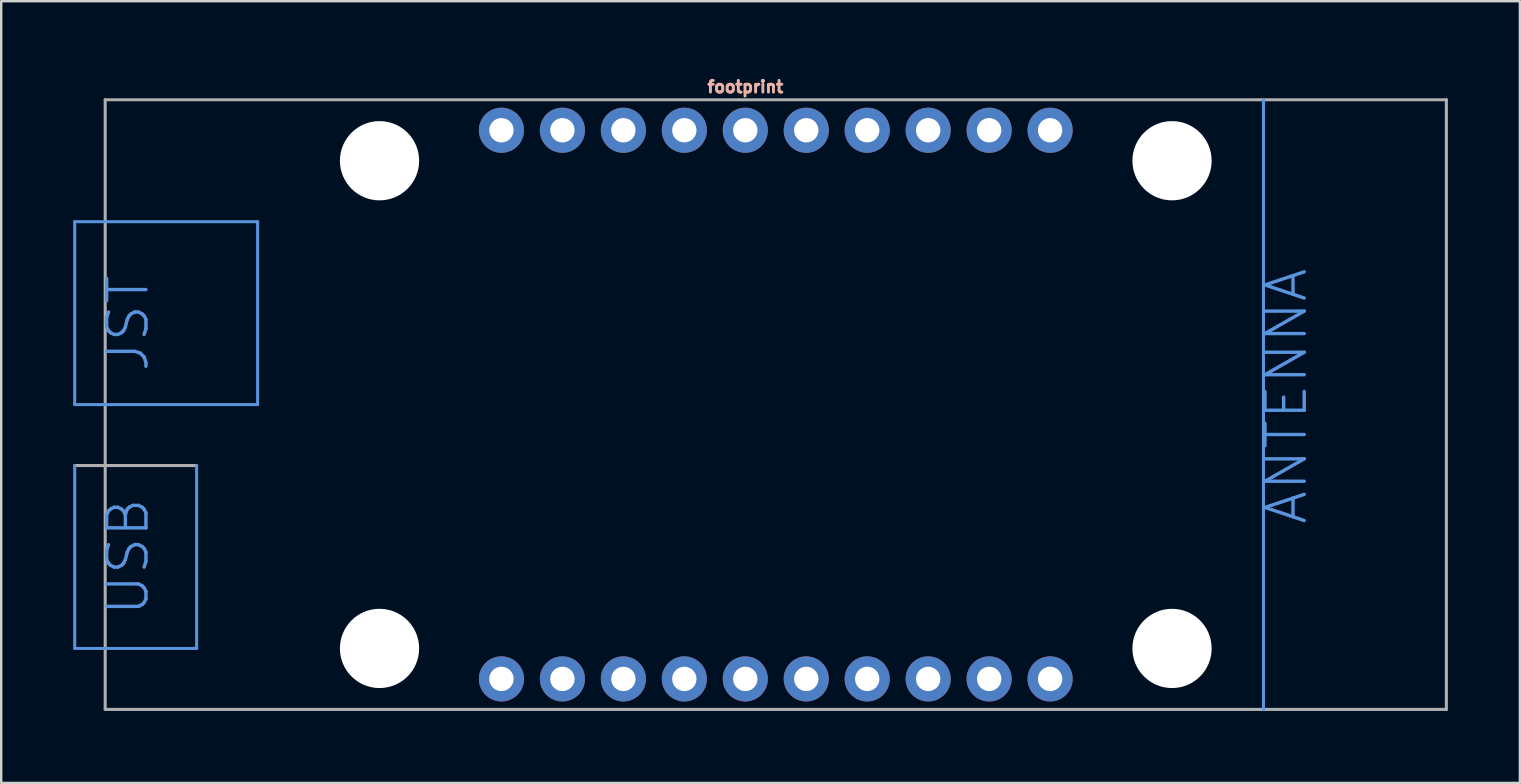
<source format=kicad_pcb>
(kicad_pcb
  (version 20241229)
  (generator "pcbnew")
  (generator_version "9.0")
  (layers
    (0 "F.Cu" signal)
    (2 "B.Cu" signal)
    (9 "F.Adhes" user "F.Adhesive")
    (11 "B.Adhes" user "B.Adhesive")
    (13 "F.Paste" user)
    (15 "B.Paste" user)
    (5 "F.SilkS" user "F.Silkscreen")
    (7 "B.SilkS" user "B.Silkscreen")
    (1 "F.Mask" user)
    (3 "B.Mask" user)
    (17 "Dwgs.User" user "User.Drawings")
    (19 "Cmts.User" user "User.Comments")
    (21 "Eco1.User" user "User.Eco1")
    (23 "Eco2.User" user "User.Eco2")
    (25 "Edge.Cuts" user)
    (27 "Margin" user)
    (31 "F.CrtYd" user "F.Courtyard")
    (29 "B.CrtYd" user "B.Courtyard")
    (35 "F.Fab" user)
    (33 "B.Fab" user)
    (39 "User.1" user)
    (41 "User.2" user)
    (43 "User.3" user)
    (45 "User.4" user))
  (footprint "footprint"
    (layer "F.Cu")
    (at 28.003 13.807)
    (property "Reference" "footprint" (at 0 -12.954 0) (layer "B.SilkS") (effects (font (size 0.488 0.488) (thickness 0.122)) (justify bottom)))
    (fp_line (start -27.94 -7.62) (end -27.94 0) (stroke (width 0.127) (type solid)) (layer "Cmts.User"))
    (fp_line (start -27.94 0) (end -26.67 0) (stroke (width 0.127) (type solid)) (layer "Cmts.User"))
    (fp_line (start -27.94 2.54) (end -27.94 10.16) (stroke (width 0.127) (type solid)) (layer "Cmts.User"))
    (fp_line (start -27.94 10.16) (end -22.86 10.16) (stroke (width 0.127) (type solid)) (layer "Cmts.User"))
    (fp_line (start -26.67 0) (end -20.32 0) (stroke (width 0.127) (type solid)) (layer "Cmts.User"))
    (fp_line (start -22.86 10.16) (end -22.86 2.54) (stroke (width 0.127) (type solid)) (layer "Cmts.User"))
    (fp_line (start -20.32 -7.62) (end -27.94 -7.62) (stroke (width 0.127) (type solid)) (layer "Cmts.User"))
    (fp_line (start -20.32 0) (end -20.32 -7.62) (stroke (width 0.127) (type solid)) (layer "Cmts.User"))
    (fp_line (start 21.59 -12.7) (end 21.59 12.7) (stroke (width 0.127) (type solid)) (layer "Cmts.User"))
    (fp_line (start -26.67 -12.7) (end 29.21 -12.7) (stroke (width 0.127) (type solid)) (layer "F.Fab"))
    (fp_line (start -26.67 0) (end -26.67 -12.7) (stroke (width 0.127) (type solid)) (layer "F.Fab"))
    (fp_line (start -26.67 12.7) (end -26.67 0) (stroke (width 0.127) (type solid)) (layer "F.Fab"))
    (fp_line (start -22.86 2.54) (end -27.94 2.54) (stroke (width 0.127) (type solid)) (layer "F.Fab"))
    (fp_line (start 29.21 -12.7) (end 29.21 12.7) (stroke (width 0.127) (type solid)) (layer "F.Fab"))
    (fp_line (start 29.21 12.7) (end -26.67 12.7) (stroke (width 0.127) (type solid)) (layer "F.Fab"))
    (fp_text user "ANTENNA" (at 23.495 5.08 90) (layer "Cmts.User") (effects (font (size 1.636 1.636) (thickness 0.142)) (justify left bottom)))
    (fp_text user "USB" (at -24.765 8.89 90) (layer "Cmts.User") (effects (font (size 1.636 1.636) (thickness 0.142)) (justify left bottom)))
    (fp_text user "JST" (at -24.765 -1.27 90) (layer "Cmts.User") (effects (font (size 1.636 1.636) (thickness 0.142)) (justify left bottom)))
    (pad "" np_thru_hole circle (at -15.24 -10.16) (size 3.302 3.302) (drill 3.302) (layers "*.Cu" "*.Mask"))
    (pad "" np_thru_hole circle (at -15.24 10.16) (size 3.302 3.302) (drill 3.302) (layers "*.Cu" "*.Mask"))
    (pad "" np_thru_hole circle (at 17.78 -10.16) (size 3.302 3.302) (drill 3.302) (layers "*.Cu" "*.Mask"))
    (pad "" np_thru_hole circle (at 17.78 10.16) (size 3.302 3.302) (drill 3.302) (layers "*.Cu" "*.Mask"))
    (pad "0" thru_hole circle (at -2.54 -11.43) (size 1.88 1.88) (drill 1.016) (layers "*.Cu" "*.Mask"))
    (pad "3.3V@1" thru_hole circle (at -7.62 11.43) (size 1.88 1.88) (drill 1.016) (layers "*.Cu" "*.Mask"))
    (pad "3.3V@2" thru_hole circle (at 7.62 11.43) (size 1.88 1.88) (drill 1.016) (layers "*.Cu" "*.Mask"))
    (pad "4" thru_hole circle (at 0 -11.43) (size 1.88 1.88) (drill 1.016) (layers "*.Cu" "*.Mask"))
    (pad "5" thru_hole circle (at -5.08 -11.43) (size 1.88 1.88) (drill 1.016) (layers "*.Cu" "*.Mask"))
    (pad "12" thru_hole circle (at 5.08 -11.43) (size 1.88 1.88) (drill 1.016) (layers "*.Cu" "*.Mask"))
    (pad "13" thru_hole circle (at 2.54 -11.43) (size 1.88 1.88) (drill 1.016) (layers "*.Cu" "*.Mask"))
    (pad "ADC" thru_hole circle (at 10.16 -11.43) (size 1.88 1.88) (drill 1.016) (layers "*.Cu" "*.Mask"))
    (pad "DTR" thru_hole circle (at 0 11.43) (size 1.88 1.88) (drill 1.016) (layers "*.Cu" "*.Mask"))
    (pad "EN" thru_hole circle (at 12.7 -11.43) (size 1.88 1.88) (drill 1.016) (layers "*.Cu" "*.Mask"))
    (pad "GND@1" thru_hole circle (at -10.16 11.43) (size 1.88 1.88) (drill 1.016) (layers "*.Cu" "*.Mask"))
    (pad "GND@2" thru_hole circle (at 12.7 11.43) (size 1.88 1.88) (drill 1.016) (layers "*.Cu" "*.Mask"))
    (pad "GND@3" thru_hole circle (at -10.16 -11.43) (size 1.88 1.88) (drill 1.016) (layers "*.Cu" "*.Mask"))
    (pad "NC" thru_hole circle (at 10.16 11.43) (size 1.88 1.88) (drill 1.016) (layers "*.Cu" "*.Mask"))
    (pad "RXI" thru_hole circle (at 5.08 11.43) (size 1.88 1.88) (drill 1.016) (layers "*.Cu" "*.Mask"))
    (pad "SCL" thru_hole circle (at -2.54 11.43) (size 1.88 1.88) (drill 1.016) (layers "*.Cu" "*.Mask"))
    (pad "SDA" thru_hole circle (at -5.08 11.43) (size 1.88 1.88) (drill 1.016) (layers "*.Cu" "*.Mask"))
    (pad "TXO" thru_hole circle (at 2.54 11.43) (size 1.88 1.88) (drill 1.016) (layers "*.Cu" "*.Mask"))
    (pad "VIN" thru_hole circle (at -7.62 -11.43) (size 1.88 1.88) (drill 1.016) (layers "*.Cu" "*.Mask"))
    (pad "XPD" thru_hole circle (at 7.62 -11.43) (size 1.88 1.88) (drill 1.016) (layers "*.Cu" "*.Mask"))
    (zone (net_name "") (layer "F.Cu") (hatch edge 0.508) (connect_pads) (min_thickness 0.254) (filled_areas_thickness no) (keepout (tracks not_allowed) (vias not_allowed) (pads not_allowed) (copperpour not_allowed) (footprints allowed)) (placement (enabled no)) (fill) (polygon (pts (xy 49.593 1.107) (xy 49.593 26.507) (xy 57.214 26.507) (xy 57.214 1.107))))
    (zone (net_name "") (layer "B.Cu") (hatch edge 0.508) (connect_pads) (min_thickness 0.254) (filled_areas_thickness no) (keepout (tracks not_allowed) (vias not_allowed) (pads not_allowed) (copperpour not_allowed) (footprints allowed)) (placement (enabled no)) (fill) (polygon (pts (xy 49.593 1.107) (xy 49.593 26.507) (xy 57.214 26.507) (xy 57.214 1.107)))))
  (gr_rect
    (start -3 -3)
    (end 60.277 29.571)
    (stroke (width 0.1) (type default))
    (fill no)
    (layer "Edge.Cuts")))
</source>
